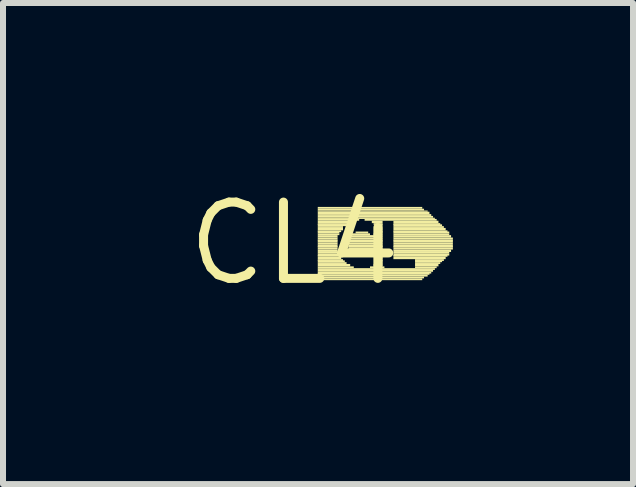
<source format=kicad_pcb>
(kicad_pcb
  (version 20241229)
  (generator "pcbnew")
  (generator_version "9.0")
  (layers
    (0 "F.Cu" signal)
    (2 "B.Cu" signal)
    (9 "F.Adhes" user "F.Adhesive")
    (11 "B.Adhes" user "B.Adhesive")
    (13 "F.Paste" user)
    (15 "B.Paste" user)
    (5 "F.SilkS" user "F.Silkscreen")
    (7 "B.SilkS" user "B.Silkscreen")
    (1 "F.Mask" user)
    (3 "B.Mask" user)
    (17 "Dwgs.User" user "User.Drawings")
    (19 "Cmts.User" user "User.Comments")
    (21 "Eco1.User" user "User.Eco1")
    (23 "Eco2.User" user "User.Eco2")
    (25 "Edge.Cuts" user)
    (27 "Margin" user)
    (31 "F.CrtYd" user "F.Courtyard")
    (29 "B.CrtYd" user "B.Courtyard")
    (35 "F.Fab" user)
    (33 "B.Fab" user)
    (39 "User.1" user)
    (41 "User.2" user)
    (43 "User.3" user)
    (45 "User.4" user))
  (footprint "CL4"
    (layer "F.Cu")
    (at 1.852 1.006)
    (property "Reference" "CL4" (at 0 0 0) (layer "F.SilkS") (effects (font (size 1.27 1.27) (thickness 0.15))))
    (fp_poly (pts (xy 0.39 -0.58) (xy 2.13 -0.58) (xy 2.13 -0.61) (xy 0.39 -0.61)) (stroke (width 0) (type solid)) (fill yes) (layer "F.SilkS"))
    (fp_poly (pts (xy 0.39 -0.55) (xy 2.16 -0.55) (xy 2.16 -0.58) (xy 0.39 -0.58)) (stroke (width 0) (type solid)) (fill yes) (layer "F.SilkS"))
    (fp_poly (pts (xy 0.39 -0.53) (xy 2.22 -0.53) (xy 2.22 -0.55) (xy 0.39 -0.55)) (stroke (width 0) (type solid)) (fill yes) (layer "F.SilkS"))
    (fp_poly (pts (xy 0.39 -0.49) (xy 2.25 -0.49) (xy 2.25 -0.53) (xy 0.39 -0.53)) (stroke (width 0) (type solid)) (fill yes) (layer "F.SilkS"))
    (fp_poly (pts (xy 0.39 -0.46) (xy 2.28 -0.46) (xy 2.28 -0.49) (xy 0.39 -0.49)) (stroke (width 0) (type solid)) (fill yes) (layer "F.SilkS"))
    (fp_poly (pts (xy 0.39 -0.43) (xy 2.31 -0.43) (xy 2.31 -0.46) (xy 0.39 -0.46)) (stroke (width 0) (type solid)) (fill yes) (layer "F.SilkS"))
    (fp_poly (pts (xy 0.39 -0.41) (xy 2.34 -0.41) (xy 2.34 -0.43) (xy 0.39 -0.43)) (stroke (width 0) (type solid)) (fill yes) (layer "F.SilkS"))
    (fp_poly (pts (xy 0.39 -0.38) (xy 1.08 -0.38) (xy 1.08 -0.41) (xy 0.39 -0.41)) (stroke (width 0) (type solid)) (fill yes) (layer "F.SilkS"))
    (fp_poly (pts (xy 0.39 -0.34) (xy 0.96 -0.34) (xy 0.96 -0.38) (xy 0.39 -0.38)) (stroke (width 0) (type solid)) (fill yes) (layer "F.SilkS"))
    (fp_poly (pts (xy 0.39 -0.31) (xy 0.9 -0.31) (xy 0.9 -0.34) (xy 0.39 -0.34)) (stroke (width 0) (type solid)) (fill yes) (layer "F.SilkS"))
    (fp_poly (pts (xy 0.39 -0.29) (xy 0.87 -0.29) (xy 0.87 -0.32) (xy 0.39 -0.32)) (stroke (width 0) (type solid)) (fill yes) (layer "F.SilkS"))
    (fp_poly (pts (xy 0.39 -0.26) (xy 0.81 -0.26) (xy 0.81 -0.29) (xy 0.39 -0.29)) (stroke (width 0) (type solid)) (fill yes) (layer "F.SilkS"))
    (fp_poly (pts (xy 0.39 -0.22) (xy 0.81 -0.22) (xy 0.81 -0.26) (xy 0.39 -0.26)) (stroke (width 0) (type solid)) (fill yes) (layer "F.SilkS"))
    (fp_poly (pts (xy 0.39 -0.19) (xy 0.78 -0.19) (xy 0.78 -0.22) (xy 0.39 -0.22)) (stroke (width 0) (type solid)) (fill yes) (layer "F.SilkS"))
    (fp_poly (pts (xy 0.39 -0.17) (xy 0.75 -0.17) (xy 0.75 -0.2) (xy 0.39 -0.2)) (stroke (width 0) (type solid)) (fill yes) (layer "F.SilkS"))
    (fp_poly (pts (xy 0.39 -0.14) (xy 0.75 -0.14) (xy 0.75 -0.17) (xy 0.39 -0.17)) (stroke (width 0) (type solid)) (fill yes) (layer "F.SilkS"))
    (fp_poly (pts (xy 0.39 -0.1) (xy 0.72 -0.1) (xy 0.72 -0.14) (xy 0.39 -0.14)) (stroke (width 0) (type solid)) (fill yes) (layer "F.SilkS"))
    (fp_poly (pts (xy 0.39 -0.07) (xy 0.72 -0.07) (xy 0.72 -0.1) (xy 0.39 -0.1)) (stroke (width 0) (type solid)) (fill yes) (layer "F.SilkS"))
    (fp_poly (pts (xy 0.39 -0.04) (xy 0.72 -0.04) (xy 0.72 -0.07) (xy 0.39 -0.07)) (stroke (width 0) (type solid)) (fill yes) (layer "F.SilkS"))
    (fp_poly (pts (xy 0.39 -0.02) (xy 0.72 -0.02) (xy 0.72 -0.05) (xy 0.39 -0.05)) (stroke (width 0) (type solid)) (fill yes) (layer "F.SilkS"))
    (fp_poly (pts (xy 0.39 0.02) (xy 0.72 0.02) (xy 0.72 -0.02) (xy 0.39 -0.02)) (stroke (width 0) (type solid)) (fill yes) (layer "F.SilkS"))
    (fp_poly (pts (xy 0.39 0.05) (xy 0.72 0.05) (xy 0.72 0.02) (xy 0.39 0.02)) (stroke (width 0) (type solid)) (fill yes) (layer "F.SilkS"))
    (fp_poly (pts (xy 0.39 0.07) (xy 0.72 0.07) (xy 0.72 0.04) (xy 0.39 0.04)) (stroke (width 0) (type solid)) (fill yes) (layer "F.SilkS"))
    (fp_poly (pts (xy 0.39 0.1) (xy 0.72 0.1) (xy 0.72 0.07) (xy 0.39 0.07)) (stroke (width 0) (type solid)) (fill yes) (layer "F.SilkS"))
    (fp_poly (pts (xy 0.39 0.14) (xy 0.72 0.14) (xy 0.72 0.1) (xy 0.39 0.1)) (stroke (width 0) (type solid)) (fill yes) (layer "F.SilkS"))
    (fp_poly (pts (xy 0.39 0.17) (xy 0.75 0.17) (xy 0.75 0.14) (xy 0.39 0.14)) (stroke (width 0) (type solid)) (fill yes) (layer "F.SilkS"))
    (fp_poly (pts (xy 0.39 0.2) (xy 0.75 0.2) (xy 0.75 0.17) (xy 0.39 0.17)) (stroke (width 0) (type solid)) (fill yes) (layer "F.SilkS"))
    (fp_poly (pts (xy 0.39 0.22) (xy 0.78 0.22) (xy 0.78 0.19) (xy 0.39 0.19)) (stroke (width 0) (type solid)) (fill yes) (layer "F.SilkS"))
    (fp_poly (pts (xy 0.39 0.26) (xy 0.78 0.26) (xy 0.78 0.22) (xy 0.39 0.22)) (stroke (width 0) (type solid)) (fill yes) (layer "F.SilkS"))
    (fp_poly (pts (xy 0.39 0.29) (xy 0.81 0.29) (xy 0.81 0.26) (xy 0.39 0.26)) (stroke (width 0) (type solid)) (fill yes) (layer "F.SilkS"))
    (fp_poly (pts (xy 0.39 0.31) (xy 0.84 0.31) (xy 0.84 0.28) (xy 0.39 0.28)) (stroke (width 0) (type solid)) (fill yes) (layer "F.SilkS"))
    (fp_poly (pts (xy 0.39 0.34) (xy 0.87 0.34) (xy 0.87 0.31) (xy 0.39 0.31)) (stroke (width 0) (type solid)) (fill yes) (layer "F.SilkS"))
    (fp_poly (pts (xy 0.39 0.38) (xy 0.93 0.38) (xy 0.93 0.34) (xy 0.39 0.34)) (stroke (width 0) (type solid)) (fill yes) (layer "F.SilkS"))
    (fp_poly (pts (xy 0.39 0.41) (xy 0.99 0.41) (xy 0.99 0.38) (xy 0.39 0.38)) (stroke (width 0) (type solid)) (fill yes) (layer "F.SilkS"))
    (fp_poly (pts (xy 0.39 0.44) (xy 2.34 0.44) (xy 2.34 0.41) (xy 0.39 0.41)) (stroke (width 0) (type solid)) (fill yes) (layer "F.SilkS"))
    (fp_poly (pts (xy 0.39 0.47) (xy 2.31 0.47) (xy 2.31 0.44) (xy 0.39 0.44)) (stroke (width 0) (type solid)) (fill yes) (layer "F.SilkS"))
    (fp_poly (pts (xy 0.39 0.5) (xy 2.28 0.5) (xy 2.28 0.47) (xy 0.39 0.47)) (stroke (width 0) (type solid)) (fill yes) (layer "F.SilkS"))
    (fp_poly (pts (xy 0.39 0.52) (xy 2.25 0.52) (xy 2.25 0.49) (xy 0.39 0.49)) (stroke (width 0) (type solid)) (fill yes) (layer "F.SilkS"))
    (fp_poly (pts (xy 0.39 0.55) (xy 2.22 0.55) (xy 2.22 0.52) (xy 0.39 0.52)) (stroke (width 0) (type solid)) (fill yes) (layer "F.SilkS"))
    (fp_poly (pts (xy 0.39 0.58) (xy 2.16 0.58) (xy 2.16 0.55) (xy 0.39 0.55)) (stroke (width 0) (type solid)) (fill yes) (layer "F.SilkS"))
    (fp_poly (pts (xy 0.39 0.61) (xy 2.13 0.61) (xy 2.13 0.58) (xy 0.39 0.58)) (stroke (width 0) (type solid)) (fill yes) (layer "F.SilkS"))
    (fp_poly (pts (xy 0.9 -0.04) (xy 1.47 -0.04) (xy 1.47 -0.07) (xy 0.9 -0.07)) (stroke (width 0) (type solid)) (fill yes) (layer "F.SilkS"))
    (fp_poly (pts (xy 0.9 -0.02) (xy 1.47 -0.02) (xy 1.47 -0.05) (xy 0.9 -0.05)) (stroke (width 0) (type solid)) (fill yes) (layer "F.SilkS"))
    (fp_poly (pts (xy 0.9 0.02) (xy 1.47 0.02) (xy 1.47 -0.02) (xy 0.9 -0.02)) (stroke (width 0) (type solid)) (fill yes) (layer "F.SilkS"))
    (fp_poly (pts (xy 0.9 0.05) (xy 1.47 0.05) (xy 1.47 0.02) (xy 0.9 0.02)) (stroke (width 0) (type solid)) (fill yes) (layer "F.SilkS"))
    (fp_poly (pts (xy 0.9 0.07) (xy 1.47 0.07) (xy 1.47 0.04) (xy 0.9 0.04)) (stroke (width 0) (type solid)) (fill yes) (layer "F.SilkS"))
    (fp_poly (pts (xy 0.9 0.1) (xy 1.47 0.1) (xy 1.47 0.07) (xy 0.9 0.07)) (stroke (width 0) (type solid)) (fill yes) (layer "F.SilkS"))
    (fp_poly (pts (xy 0.93 -0.1) (xy 1.47 -0.1) (xy 1.47 -0.14) (xy 0.93 -0.14)) (stroke (width 0) (type solid)) (fill yes) (layer "F.SilkS"))
    (fp_poly (pts (xy 0.93 -0.07) (xy 1.47 -0.07) (xy 1.47 -0.1) (xy 0.93 -0.1)) (stroke (width 0) (type solid)) (fill yes) (layer "F.SilkS"))
    (fp_poly (pts (xy 0.93 0.14) (xy 1.47 0.14) (xy 1.47 0.1) (xy 0.93 0.1)) (stroke (width 0) (type solid)) (fill yes) (layer "F.SilkS"))
    (fp_poly (pts (xy 0.96 -0.14) (xy 1.26 -0.14) (xy 1.26 -0.17) (xy 0.96 -0.17)) (stroke (width 0) (type solid)) (fill yes) (layer "F.SilkS"))
    (fp_poly (pts (xy 0.96 0.17) (xy 1.47 0.17) (xy 1.47 0.14) (xy 0.96 0.14)) (stroke (width 0) (type solid)) (fill yes) (layer "F.SilkS"))
    (fp_poly (pts (xy 0.99 0.2) (xy 1.26 0.2) (xy 1.26 0.17) (xy 0.99 0.17)) (stroke (width 0) (type solid)) (fill yes) (layer "F.SilkS"))
    (fp_poly (pts (xy 1.02 -0.17) (xy 1.23 -0.17) (xy 1.23 -0.2) (xy 1.02 -0.2)) (stroke (width 0) (type solid)) (fill yes) (layer "F.SilkS"))
    (fp_poly (pts (xy 1.05 0.22) (xy 1.2 0.22) (xy 1.2 0.19) (xy 1.05 0.19)) (stroke (width 0) (type solid)) (fill yes) (layer "F.SilkS"))
    (fp_poly (pts (xy 1.17 -0.38) (xy 2.37 -0.38) (xy 2.37 -0.41) (xy 1.17 -0.41)) (stroke (width 0) (type solid)) (fill yes) (layer "F.SilkS"))
    (fp_poly (pts (xy 1.26 0.41) (xy 1.5 0.41) (xy 1.5 0.38) (xy 1.26 0.38)) (stroke (width 0) (type solid)) (fill yes) (layer "F.SilkS"))
    (fp_poly (pts (xy 1.29 -0.34) (xy 1.47 -0.34) (xy 1.47 -0.38) (xy 1.29 -0.38)) (stroke (width 0) (type solid)) (fill yes) (layer "F.SilkS"))
    (fp_poly (pts (xy 1.32 -0.31) (xy 1.47 -0.31) (xy 1.47 -0.34) (xy 1.32 -0.34)) (stroke (width 0) (type solid)) (fill yes) (layer "F.SilkS"))
    (fp_poly (pts (xy 1.32 -0.14) (xy 1.47 -0.14) (xy 1.47 -0.17) (xy 1.32 -0.17)) (stroke (width 0) (type solid)) (fill yes) (layer "F.SilkS"))
    (fp_poly (pts (xy 1.32 0.2) (xy 1.47 0.2) (xy 1.47 0.17) (xy 1.32 0.17)) (stroke (width 0) (type solid)) (fill yes) (layer "F.SilkS"))
    (fp_poly (pts (xy 1.32 0.38) (xy 1.47 0.38) (xy 1.47 0.34) (xy 1.32 0.34)) (stroke (width 0) (type solid)) (fill yes) (layer "F.SilkS"))
    (fp_poly (pts (xy 1.35 -0.17) (xy 1.47 -0.17) (xy 1.47 -0.2) (xy 1.35 -0.2)) (stroke (width 0) (type solid)) (fill yes) (layer "F.SilkS"))
    (fp_poly (pts (xy 1.35 0.22) (xy 1.47 0.22) (xy 1.47 0.19) (xy 1.35 0.19)) (stroke (width 0) (type solid)) (fill yes) (layer "F.SilkS"))
    (fp_poly (pts (xy 1.35 0.34) (xy 1.47 0.34) (xy 1.47 0.31) (xy 1.35 0.31)) (stroke (width 0) (type solid)) (fill yes) (layer "F.SilkS"))
    (fp_poly (pts (xy 1.38 -0.29) (xy 1.47 -0.29) (xy 1.47 -0.32) (xy 1.38 -0.32)) (stroke (width 0) (type solid)) (fill yes) (layer "F.SilkS"))
    (fp_poly (pts (xy 1.38 -0.26) (xy 1.47 -0.26) (xy 1.47 -0.29) (xy 1.38 -0.29)) (stroke (width 0) (type solid)) (fill yes) (layer "F.SilkS"))
    (fp_poly (pts (xy 1.38 -0.22) (xy 1.47 -0.22) (xy 1.47 -0.26) (xy 1.38 -0.26)) (stroke (width 0) (type solid)) (fill yes) (layer "F.SilkS"))
    (fp_poly (pts (xy 1.38 -0.19) (xy 1.47 -0.19) (xy 1.47 -0.22) (xy 1.38 -0.22)) (stroke (width 0) (type solid)) (fill yes) (layer "F.SilkS"))
    (fp_poly (pts (xy 1.38 0.26) (xy 1.47 0.26) (xy 1.47 0.22) (xy 1.38 0.22)) (stroke (width 0) (type solid)) (fill yes) (layer "F.SilkS"))
    (fp_poly (pts (xy 1.38 0.29) (xy 1.47 0.29) (xy 1.47 0.26) (xy 1.38 0.26)) (stroke (width 0) (type solid)) (fill yes) (layer "F.SilkS"))
    (fp_poly (pts (xy 1.38 0.31) (xy 1.47 0.31) (xy 1.47 0.28) (xy 1.38 0.28)) (stroke (width 0) (type solid)) (fill yes) (layer "F.SilkS"))
    (fp_poly (pts (xy 1.65 -0.34) (xy 2.4 -0.34) (xy 2.4 -0.38) (xy 1.65 -0.38)) (stroke (width 0) (type solid)) (fill yes) (layer "F.SilkS"))
    (fp_poly (pts (xy 1.65 -0.31) (xy 2.43 -0.31) (xy 2.43 -0.34) (xy 1.65 -0.34)) (stroke (width 0) (type solid)) (fill yes) (layer "F.SilkS"))
    (fp_poly (pts (xy 1.65 -0.29) (xy 2.46 -0.29) (xy 2.46 -0.32) (xy 1.65 -0.32)) (stroke (width 0) (type solid)) (fill yes) (layer "F.SilkS"))
    (fp_poly (pts (xy 1.65 -0.26) (xy 2.49 -0.26) (xy 2.49 -0.29) (xy 1.65 -0.29)) (stroke (width 0) (type solid)) (fill yes) (layer "F.SilkS"))
    (fp_poly (pts (xy 1.65 -0.22) (xy 2.52 -0.22) (xy 2.52 -0.26) (xy 1.65 -0.26)) (stroke (width 0) (type solid)) (fill yes) (layer "F.SilkS"))
    (fp_poly (pts (xy 1.65 -0.19) (xy 2.55 -0.19) (xy 2.55 -0.22) (xy 1.65 -0.22)) (stroke (width 0) (type solid)) (fill yes) (layer "F.SilkS"))
    (fp_poly (pts (xy 1.65 -0.17) (xy 2.58 -0.17) (xy 2.58 -0.2) (xy 1.65 -0.2)) (stroke (width 0) (type solid)) (fill yes) (layer "F.SilkS"))
    (fp_poly (pts (xy 1.65 -0.14) (xy 2.58 -0.14) (xy 2.58 -0.17) (xy 1.65 -0.17)) (stroke (width 0) (type solid)) (fill yes) (layer "F.SilkS"))
    (fp_poly (pts (xy 1.65 -0.1) (xy 2.61 -0.1) (xy 2.61 -0.14) (xy 1.65 -0.14)) (stroke (width 0) (type solid)) (fill yes) (layer "F.SilkS"))
    (fp_poly (pts (xy 1.65 -0.07) (xy 2.64 -0.07) (xy 2.64 -0.1) (xy 1.65 -0.1)) (stroke (width 0) (type solid)) (fill yes) (layer "F.SilkS"))
    (fp_poly (pts (xy 1.65 -0.04) (xy 2.64 -0.04) (xy 2.64 -0.07) (xy 1.65 -0.07)) (stroke (width 0) (type solid)) (fill yes) (layer "F.SilkS"))
    (fp_poly (pts (xy 1.65 -0.02) (xy 2.64 -0.02) (xy 2.64 -0.05) (xy 1.65 -0.05)) (stroke (width 0) (type solid)) (fill yes) (layer "F.SilkS"))
    (fp_poly (pts (xy 1.65 0.02) (xy 2.64 0.02) (xy 2.64 -0.02) (xy 1.65 -0.02)) (stroke (width 0) (type solid)) (fill yes) (layer "F.SilkS"))
    (fp_poly (pts (xy 1.65 0.05) (xy 2.64 0.05) (xy 2.64 0.02) (xy 1.65 0.02)) (stroke (width 0) (type solid)) (fill yes) (layer "F.SilkS"))
    (fp_poly (pts (xy 1.65 0.07) (xy 2.64 0.07) (xy 2.64 0.04) (xy 1.65 0.04)) (stroke (width 0) (type solid)) (fill yes) (layer "F.SilkS"))
    (fp_poly (pts (xy 1.65 0.1) (xy 2.64 0.1) (xy 2.64 0.07) (xy 1.65 0.07)) (stroke (width 0) (type solid)) (fill yes) (layer "F.SilkS"))
    (fp_poly (pts (xy 1.65 0.14) (xy 2.61 0.14) (xy 2.61 0.1) (xy 1.65 0.1)) (stroke (width 0) (type solid)) (fill yes) (layer "F.SilkS"))
    (fp_poly (pts (xy 1.65 0.17) (xy 2.58 0.17) (xy 2.58 0.14) (xy 1.65 0.14)) (stroke (width 0) (type solid)) (fill yes) (layer "F.SilkS"))
    (fp_poly (pts (xy 1.65 0.2) (xy 2.58 0.2) (xy 2.58 0.17) (xy 1.65 0.17)) (stroke (width 0) (type solid)) (fill yes) (layer "F.SilkS"))
    (fp_poly (pts (xy 1.65 0.22) (xy 2.55 0.22) (xy 2.55 0.19) (xy 1.65 0.19)) (stroke (width 0) (type solid)) (fill yes) (layer "F.SilkS"))
    (fp_poly (pts (xy 1.65 0.26) (xy 2.52 0.26) (xy 2.52 0.22) (xy 1.65 0.22)) (stroke (width 0) (type solid)) (fill yes) (layer "F.SilkS"))
    (fp_poly (pts (xy 2.01 0.29) (xy 2.49 0.29) (xy 2.49 0.26) (xy 2.01 0.26)) (stroke (width 0) (type solid)) (fill yes) (layer "F.SilkS"))
    (fp_poly (pts (xy 2.01 0.31) (xy 2.46 0.31) (xy 2.46 0.28) (xy 2.01 0.28)) (stroke (width 0) (type solid)) (fill yes) (layer "F.SilkS"))
    (fp_poly (pts (xy 2.01 0.34) (xy 2.43 0.34) (xy 2.43 0.31) (xy 2.01 0.31)) (stroke (width 0) (type solid)) (fill yes) (layer "F.SilkS"))
    (fp_poly (pts (xy 2.01 0.38) (xy 2.4 0.38) (xy 2.4 0.34) (xy 2.01 0.34)) (stroke (width 0) (type solid)) (fill yes) (layer "F.SilkS"))
    (fp_poly (pts (xy 2.01 0.41) (xy 2.37 0.41) (xy 2.37 0.38) (xy 2.01 0.38)) (stroke (width 0) (type solid)) (fill yes) (layer "F.SilkS")))
  (gr_rect
    (start -3 -3)
    (end 7.492 5.012)
    (stroke (width 0.1) (type default))
    (fill no)
    (layer "Edge.Cuts")))
</source>
